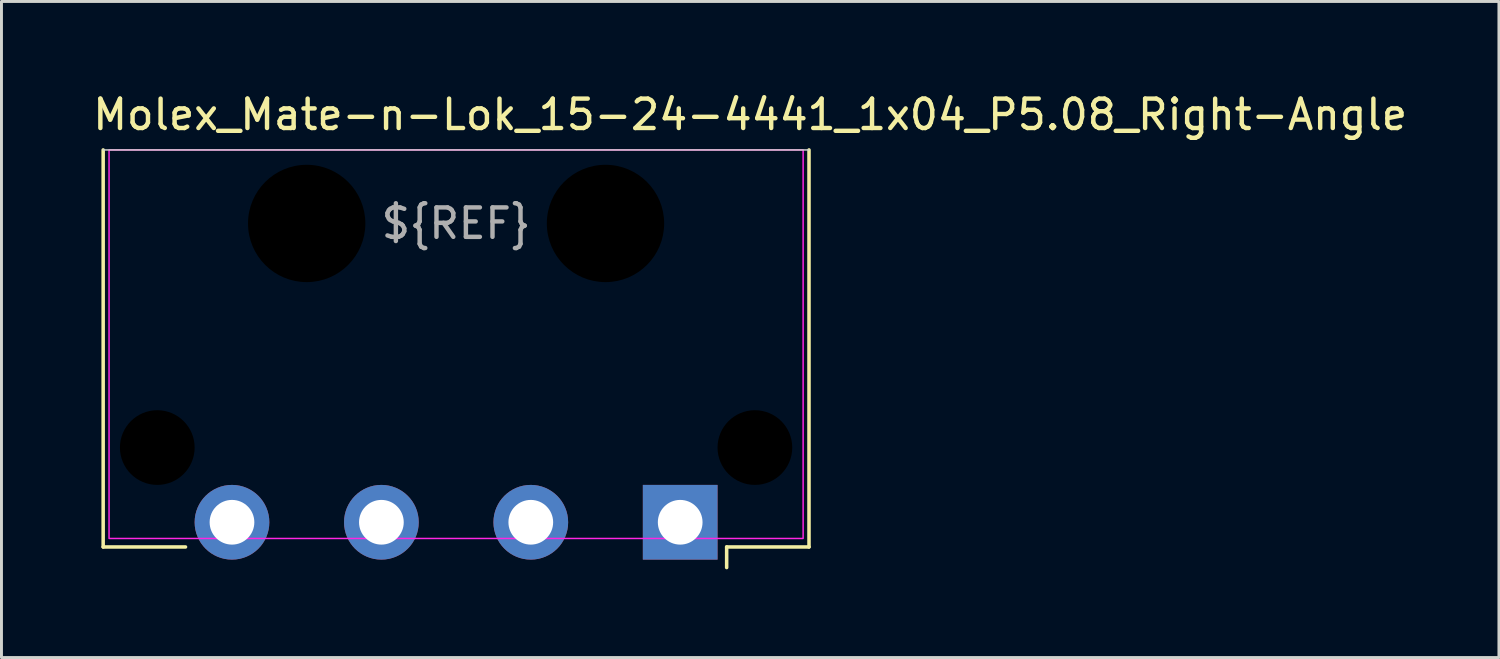
<source format=kicad_pcb>
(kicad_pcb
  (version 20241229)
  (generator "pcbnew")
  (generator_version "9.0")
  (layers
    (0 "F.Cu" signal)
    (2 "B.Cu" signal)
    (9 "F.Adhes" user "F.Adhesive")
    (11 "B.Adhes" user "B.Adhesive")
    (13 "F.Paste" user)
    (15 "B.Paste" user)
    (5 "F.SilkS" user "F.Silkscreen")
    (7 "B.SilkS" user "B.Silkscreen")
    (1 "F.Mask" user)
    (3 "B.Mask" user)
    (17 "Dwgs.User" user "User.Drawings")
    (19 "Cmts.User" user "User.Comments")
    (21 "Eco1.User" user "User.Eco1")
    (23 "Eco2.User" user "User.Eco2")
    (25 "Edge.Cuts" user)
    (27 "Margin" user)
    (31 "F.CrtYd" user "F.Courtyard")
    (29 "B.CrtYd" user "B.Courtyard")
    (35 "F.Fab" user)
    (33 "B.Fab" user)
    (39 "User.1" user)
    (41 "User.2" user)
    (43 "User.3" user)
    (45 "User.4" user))
  (footprint "Molex_Mate-n-Lok_15-24-4441_1x04_P5.08_Right-Angle"
    (layer "F.Cu")
    (at 12.458 4.548)
    (property "Reference" "Molex_Mate-n-Lok_15-24-4441_1x04_P5.08_Right-Angle" (at 10 -3.7 0) (unlocked yes) (layer "F.SilkS") (effects (font (size 1 1) (thickness 0.15))))
    (attr through_hole)
    (fp_line (start -12 -2.5) (end -12 11) (stroke (width 0.12) (type solid)) (layer "F.SilkS"))
    (fp_line (start -12 11) (end -9.2 11) (stroke (width 0.12) (type solid)) (layer "F.SilkS"))
    (fp_line (start 9.2 11) (end 9.2 11.7) (stroke (width 0.12) (type solid)) (layer "F.SilkS"))
    (fp_line (start 12 -2.5) (end 12 11) (stroke (width 0.12) (type solid)) (layer "F.SilkS"))
    (fp_line (start 12 11) (end 9.2 11) (stroke (width 0.12) (type solid)) (layer "F.SilkS"))
    (fp_line (start -12 -2.5) (end 12 -2.5) (stroke (width 0.05) (type solid)) (layer "Edge.Cuts"))
    (fp_rect (start -11.8 -2.5) (end 11.8 10.71) (stroke (width 0.05) (type solid)) (fill no) (layer "F.CrtYd"))
    (fp_text user "${REF}" (at 0 0 0) (unlocked yes) (layer "F.Fab") (effects (font (size 1 1) (thickness 0.15))))
    (pad "" np_thru_hole circle (at -10.16 7.62) (size 2.54 2.54) (drill 2.54) (layers "*.Mask"))
    (pad "" np_thru_hole circle (at -5.08 0) (size 3.99 3.99) (drill 3.99) (layers "*.Mask"))
    (pad "" np_thru_hole circle (at 5.08 0) (size 3.99 3.99) (drill 3.99) (layers "*.Mask"))
    (pad "" np_thru_hole circle (at 10.16 7.62) (size 2.54 2.54) (drill 2.54) (layers "*.Mask"))
    (pad "1" thru_hole rect (at 7.62 10.16) (size 2.54 2.54) (drill 1.52) (layers "*.Cu" "*.Mask"))
    (pad "2" thru_hole circle (at 2.54 10.16) (size 2.54 2.54) (drill 1.52) (layers "*.Cu" "*.Mask"))
    (pad "3" thru_hole circle (at -2.54 10.16) (size 2.54 2.54) (drill 1.52) (layers "*.Cu" "*.Mask"))
    (pad "4" thru_hole circle (at -7.62 10.16) (size 2.54 2.54) (drill 1.52) (layers "*.Cu" "*.Mask")))
  (gr_rect
    (start -3 -3)
    (end 47.917 19.308)
    (stroke (width 0.1) (type default))
    (fill no)
    (layer "Edge.Cuts")))
</source>
